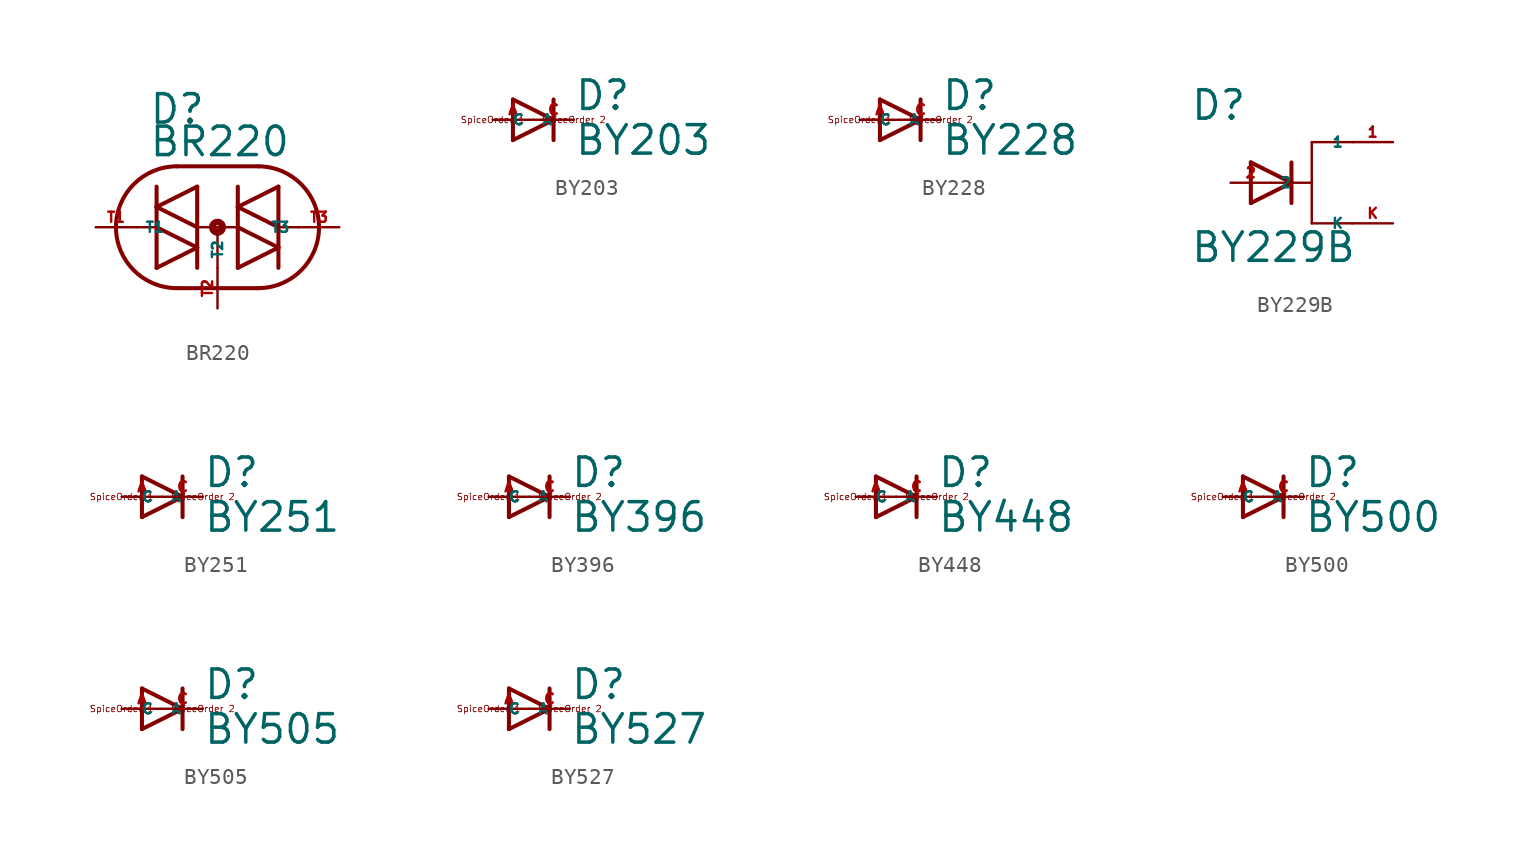
<source format=kicad_sym>
(kicad_symbol_lib
  (version 20220914)
  (generator Eagle2Kicad)
  (symbol "BR220"
    (property "Reference" "D"
      (at -4.318 6.35 0)
      (effects (font (size 1.778 1.778) (thickness 0.22)) (justify left bottom)))
    (property "Value" "BR220"
      (at -4.318 4.318 0)
      (effects (font (size 1.778 1.778) (thickness 0.22)) (justify left bottom)))
    (polyline
      (pts (xy -3.81 -2.54) (xy -1.27 -1.27))
      (stroke (width 0.254) (type default))
      (fill (type none)))
    (polyline
      (pts (xy -1.27 -1.27) (xy -3.81 0))
      (stroke (width 0.254) (type default))
      (fill (type none)))
    (polyline
      (pts (xy -1.27 0) (xy -1.27 -1.27))
      (stroke (width 0.254) (type default))
      (fill (type none)))
    (polyline
      (pts (xy -3.81 0) (xy -3.81 -2.54))
      (stroke (width 0.254) (type default))
      (fill (type none)))
    (polyline
      (pts (xy -1.27 -1.27) (xy -1.27 -2.54))
      (stroke (width 0.254) (type default))
      (fill (type none)))
    (polyline
      (pts (xy -3.81 2.54) (xy -3.81 1.27))
      (stroke (width 0.254) (type default))
      (fill (type none)))
    (polyline
      (pts (xy -3.81 1.27) (xy -3.81 0))
      (stroke (width 0.254) (type default))
      (fill (type none)))
    (polyline
      (pts (xy -1.27 0) (xy -3.81 1.27))
      (stroke (width 0.254) (type default))
      (fill (type none)))
    (polyline
      (pts (xy -3.81 1.27) (xy -1.27 2.54))
      (stroke (width 0.254) (type default))
      (fill (type none)))
    (polyline
      (pts (xy -1.27 2.54) (xy -1.27 0))
      (stroke (width 0.254) (type default))
      (fill (type none)))
    (polyline
      (pts (xy -3.81 0) (xy -5.08 0))
      (stroke (width 0.152) (type default))
      (fill (type none)))
    (polyline
      (pts (xy 1.27 -2.54) (xy 3.81 -1.27))
      (stroke (width 0.254) (type default))
      (fill (type none)))
    (polyline
      (pts (xy 3.81 -1.27) (xy 1.27 0))
      (stroke (width 0.254) (type default))
      (fill (type none)))
    (polyline
      (pts (xy 3.81 0) (xy 3.81 -1.27))
      (stroke (width 0.254) (type default))
      (fill (type none)))
    (polyline
      (pts (xy 1.27 0) (xy 1.27 -2.54))
      (stroke (width 0.254) (type default))
      (fill (type none)))
    (polyline
      (pts (xy 3.81 -1.27) (xy 3.81 -2.54))
      (stroke (width 0.254) (type default))
      (fill (type none)))
    (polyline
      (pts (xy 1.27 2.54) (xy 1.27 1.27))
      (stroke (width 0.254) (type default))
      (fill (type none)))
    (polyline
      (pts (xy 1.27 1.27) (xy 1.27 0))
      (stroke (width 0.254) (type default))
      (fill (type none)))
    (polyline
      (pts (xy 3.81 0) (xy 1.27 1.27))
      (stroke (width 0.254) (type default))
      (fill (type none)))
    (polyline
      (pts (xy 1.27 1.27) (xy 3.81 2.54))
      (stroke (width 0.254) (type default))
      (fill (type none)))
    (polyline
      (pts (xy 3.81 2.54) (xy 3.81 0))
      (stroke (width 0.254) (type default))
      (fill (type none)))
    (polyline
      (pts (xy 5.08 0) (xy 3.81 0))
      (stroke (width 0.152) (type default))
      (fill (type none)))
    (polyline
      (pts (xy 1.27 0) (xy 0 0))
      (stroke (width 0.152) (type default))
      (fill (type none)))
    (polyline
      (pts (xy 2.54 3.81) (xy -2.54 3.81))
      (stroke (width 0.254) (type default))
      (fill (type none)))
    (polyline
      (pts (xy -2.54 -3.81) (xy 2.54 -3.81))
      (stroke (width 0.254) (type default))
      (fill (type none)))
    (arc
      (start -2.54 3.81)
      (mid -6.350 0.000)
      (end -2.54 -3.81)
      (stroke (width 0.254) (type default))
      (fill (type none)))
    (arc
      (start 2.54 -3.81)
      (mid 6.350 0.000)
      (end 2.54 3.81)
      (stroke (width 0.254) (type default))
      (fill (type none)))
    (polyline
      (pts (xy 0 -2.54) (xy 0 0))
      (stroke (width 0.152) (type default))
      (fill (type none)))
    (polyline
      (pts (xy 0 0) (xy -1.27 0))
      (stroke (width 0.152) (type default))
      (fill (type none)))
    (circle
      (center 0 0)
      (radius 0.127)
      (stroke (width 0.406) (type default))
      (fill (type none)))
    (pin passive line
      (at -7.62 0 0)
      (length 2.54)
      (name "T1" (effects (font (size 0.635 0.635) (thickness 0.08)) (justify left bottom)))
      (number "T1" (effects (font (size 0.635 0.635) (thickness 0.08)) (justify left bottom))))
    (pin passive line
      (at 0 -5.08 90)
      (length 2.54)
      (name "T2" (effects (font (size 0.635 0.635) (thickness 0.08)) (justify left bottom)))
      (number "T2" (effects (font (size 0.635 0.635) (thickness 0.08)) (justify left bottom))))
    (pin passive line
      (at 7.62 0 180)
      (length 2.54)
      (name "T3" (effects (font (size 0.635 0.635) (thickness 0.08)) (justify left bottom)))
      (number "T3" (effects (font (size 0.635 0.635) (thickness 0.08)) (justify left bottom)))))
  (symbol "BY203"
    (property "Reference" "D"
      (at 2.54 0.483 0)
      (effects (font (size 1.778 1.778) (thickness 0.22)) (justify left bottom)))
    (property "Value" "BY203"
      (at 2.54 -2.311 0)
      (effects (font (size 1.778 1.778) (thickness 0.22)) (justify left bottom)))
    (polyline
      (pts (xy -1.27 -1.27) (xy 1.27 0))
      (stroke (width 0.254) (type default))
      (fill (type none)))
    (polyline
      (pts (xy 1.27 0) (xy -1.27 1.27))
      (stroke (width 0.254) (type default))
      (fill (type none)))
    (polyline
      (pts (xy 1.27 1.27) (xy 1.27 0))
      (stroke (width 0.254) (type default))
      (fill (type none)))
    (polyline
      (pts (xy -1.27 1.27) (xy -1.27 -1.27))
      (stroke (width 0.254) (type default))
      (fill (type none)))
    (polyline
      (pts (xy 1.27 0) (xy 1.27 -1.27))
      (stroke (width 0.254) (type default))
      (fill (type none)))
    (text "SpiceOrder 1"
      (at -2.54 0 0)
      (effects (font (size 0.406 0.406) (thickness 0.05))))
    (text "SpiceOrder 2"
      (at 2.54 0 0)
      (effects (font (size 0.406 0.406) (thickness 0.05))))
    (pin passive line
      (at -2.54 0 0)
      (length 2.54)
      (name "A" (effects (font (size 0.635 0.635) (thickness 0.08)) (justify left bottom)))
      (number "A" (effects (font (size 0.635 0.635) (thickness 0.08)) (justify left bottom))))
    (pin passive line
      (at 2.54 0 180)
      (length 2.54)
      (name "C" (effects (font (size 0.635 0.635) (thickness 0.08)) (justify left bottom)))
      (number "C" (effects (font (size 0.635 0.635) (thickness 0.08)) (justify left bottom)))))
  (symbol "BY228"
    (property "Reference" "D"
      (at 2.54 0.483 0)
      (effects (font (size 1.778 1.778) (thickness 0.22)) (justify left bottom)))
    (property "Value" "BY228"
      (at 2.54 -2.311 0)
      (effects (font (size 1.778 1.778) (thickness 0.22)) (justify left bottom)))
    (polyline
      (pts (xy -1.27 -1.27) (xy 1.27 0))
      (stroke (width 0.254) (type default))
      (fill (type none)))
    (polyline
      (pts (xy 1.27 0) (xy -1.27 1.27))
      (stroke (width 0.254) (type default))
      (fill (type none)))
    (polyline
      (pts (xy 1.27 1.27) (xy 1.27 0))
      (stroke (width 0.254) (type default))
      (fill (type none)))
    (polyline
      (pts (xy -1.27 1.27) (xy -1.27 -1.27))
      (stroke (width 0.254) (type default))
      (fill (type none)))
    (polyline
      (pts (xy 1.27 0) (xy 1.27 -1.27))
      (stroke (width 0.254) (type default))
      (fill (type none)))
    (text "SpiceOrder 1"
      (at -2.54 0 0)
      (effects (font (size 0.406 0.406) (thickness 0.05))))
    (text "SpiceOrder 2"
      (at 2.54 0 0)
      (effects (font (size 0.406 0.406) (thickness 0.05))))
    (pin passive line
      (at -2.54 0 0)
      (length 2.54)
      (name "A" (effects (font (size 0.635 0.635) (thickness 0.08)) (justify left bottom)))
      (number "A" (effects (font (size 0.635 0.635) (thickness 0.08)) (justify left bottom))))
    (pin passive line
      (at 2.54 0 180)
      (length 2.54)
      (name "C" (effects (font (size 0.635 0.635) (thickness 0.08)) (justify left bottom)))
      (number "C" (effects (font (size 0.635 0.635) (thickness 0.08)) (justify left bottom)))))
  (symbol "BY229B"
    (property "Reference" "D"
      (at -7.62 3.81 0)
      (effects (font (size 1.778 1.778) (thickness 0.22)) (justify left bottom)))
    (property "Value" "BY229B"
      (at -7.62 -5.08 0)
      (effects (font (size 1.778 1.778) (thickness 0.22)) (justify left bottom)))
    (polyline
      (pts (xy -3.81 -1.27) (xy -1.27 0))
      (stroke (width 0.254) (type default))
      (fill (type none)))
    (polyline
      (pts (xy -1.27 0) (xy -3.81 1.27))
      (stroke (width 0.254) (type default))
      (fill (type none)))
    (polyline
      (pts (xy -1.27 1.27) (xy -1.27 0))
      (stroke (width 0.254) (type default))
      (fill (type none)))
    (polyline
      (pts (xy -3.81 1.27) (xy -3.81 -1.27))
      (stroke (width 0.254) (type default))
      (fill (type none)))
    (polyline
      (pts (xy -1.27 0) (xy -1.27 -1.27))
      (stroke (width 0.254) (type default))
      (fill (type none)))
    (polyline
      (pts (xy -2.54 0) (xy 0 0))
      (stroke (width 0.152) (type default))
      (fill (type none)))
    (polyline
      (pts (xy 0 0) (xy 0 2.54))
      (stroke (width 0.152) (type default))
      (fill (type none)))
    (polyline
      (pts (xy 0 2.54) (xy 2.54 2.54))
      (stroke (width 0.152) (type default))
      (fill (type none)))
    (polyline
      (pts (xy 0 0) (xy 0 -2.54))
      (stroke (width 0.152) (type default))
      (fill (type none)))
    (polyline
      (pts (xy 0 -2.54) (xy 2.54 -2.54))
      (stroke (width 0.152) (type default))
      (fill (type none)))
    (pin passive line
      (at -5.08 0 0)
      (length 2.54)
      (name "2" (effects (font (size 0.635 0.635) (thickness 0.08)) (justify left bottom)))
      (number "2" (effects (font (size 0.635 0.635) (thickness 0.08)) (justify left bottom))))
    (pin passive line
      (at 5.08 -2.54 180)
      (length 2.54)
      (name "K" (effects (font (size 0.635 0.635) (thickness 0.08)) (justify left bottom)))
      (number "K" (effects (font (size 0.635 0.635) (thickness 0.08)) (justify left bottom))))
    (pin passive line
      (at 5.08 2.54 180)
      (length 2.54)
      (name "1" (effects (font (size 0.635 0.635) (thickness 0.08)) (justify left bottom)))
      (number "1" (effects (font (size 0.635 0.635) (thickness 0.08)) (justify left bottom)))))
  (symbol "BY251"
    (property "Reference" "D"
      (at 2.54 0.483 0)
      (effects (font (size 1.778 1.778) (thickness 0.22)) (justify left bottom)))
    (property "Value" "BY251"
      (at 2.54 -2.311 0)
      (effects (font (size 1.778 1.778) (thickness 0.22)) (justify left bottom)))
    (polyline
      (pts (xy -1.27 -1.27) (xy 1.27 0))
      (stroke (width 0.254) (type default))
      (fill (type none)))
    (polyline
      (pts (xy 1.27 0) (xy -1.27 1.27))
      (stroke (width 0.254) (type default))
      (fill (type none)))
    (polyline
      (pts (xy 1.27 1.27) (xy 1.27 0))
      (stroke (width 0.254) (type default))
      (fill (type none)))
    (polyline
      (pts (xy -1.27 1.27) (xy -1.27 -1.27))
      (stroke (width 0.254) (type default))
      (fill (type none)))
    (polyline
      (pts (xy 1.27 0) (xy 1.27 -1.27))
      (stroke (width 0.254) (type default))
      (fill (type none)))
    (text "SpiceOrder 1"
      (at -2.54 0 0)
      (effects (font (size 0.406 0.406) (thickness 0.05))))
    (text "SpiceOrder 2"
      (at 2.54 0 0)
      (effects (font (size 0.406 0.406) (thickness 0.05))))
    (pin passive line
      (at -2.54 0 0)
      (length 2.54)
      (name "A" (effects (font (size 0.635 0.635) (thickness 0.08)) (justify left bottom)))
      (number "A" (effects (font (size 0.635 0.635) (thickness 0.08)) (justify left bottom))))
    (pin passive line
      (at 2.54 0 180)
      (length 2.54)
      (name "C" (effects (font (size 0.635 0.635) (thickness 0.08)) (justify left bottom)))
      (number "C" (effects (font (size 0.635 0.635) (thickness 0.08)) (justify left bottom)))))
  (symbol "BY396"
    (property "Reference" "D"
      (at 2.54 0.483 0)
      (effects (font (size 1.778 1.778) (thickness 0.22)) (justify left bottom)))
    (property "Value" "BY396"
      (at 2.54 -2.311 0)
      (effects (font (size 1.778 1.778) (thickness 0.22)) (justify left bottom)))
    (polyline
      (pts (xy -1.27 -1.27) (xy 1.27 0))
      (stroke (width 0.254) (type default))
      (fill (type none)))
    (polyline
      (pts (xy 1.27 0) (xy -1.27 1.27))
      (stroke (width 0.254) (type default))
      (fill (type none)))
    (polyline
      (pts (xy 1.27 1.27) (xy 1.27 0))
      (stroke (width 0.254) (type default))
      (fill (type none)))
    (polyline
      (pts (xy -1.27 1.27) (xy -1.27 -1.27))
      (stroke (width 0.254) (type default))
      (fill (type none)))
    (polyline
      (pts (xy 1.27 0) (xy 1.27 -1.27))
      (stroke (width 0.254) (type default))
      (fill (type none)))
    (text "SpiceOrder 1"
      (at -2.54 0 0)
      (effects (font (size 0.406 0.406) (thickness 0.05))))
    (text "SpiceOrder 2"
      (at 2.54 0 0)
      (effects (font (size 0.406 0.406) (thickness 0.05))))
    (pin passive line
      (at -2.54 0 0)
      (length 2.54)
      (name "A" (effects (font (size 0.635 0.635) (thickness 0.08)) (justify left bottom)))
      (number "A" (effects (font (size 0.635 0.635) (thickness 0.08)) (justify left bottom))))
    (pin passive line
      (at 2.54 0 180)
      (length 2.54)
      (name "C" (effects (font (size 0.635 0.635) (thickness 0.08)) (justify left bottom)))
      (number "C" (effects (font (size 0.635 0.635) (thickness 0.08)) (justify left bottom)))))
  (symbol "BY448"
    (property "Reference" "D"
      (at 2.54 0.483 0)
      (effects (font (size 1.778 1.778) (thickness 0.22)) (justify left bottom)))
    (property "Value" "BY448"
      (at 2.54 -2.311 0)
      (effects (font (size 1.778 1.778) (thickness 0.22)) (justify left bottom)))
    (polyline
      (pts (xy -1.27 -1.27) (xy 1.27 0))
      (stroke (width 0.254) (type default))
      (fill (type none)))
    (polyline
      (pts (xy 1.27 0) (xy -1.27 1.27))
      (stroke (width 0.254) (type default))
      (fill (type none)))
    (polyline
      (pts (xy 1.27 1.27) (xy 1.27 0))
      (stroke (width 0.254) (type default))
      (fill (type none)))
    (polyline
      (pts (xy -1.27 1.27) (xy -1.27 -1.27))
      (stroke (width 0.254) (type default))
      (fill (type none)))
    (polyline
      (pts (xy 1.27 0) (xy 1.27 -1.27))
      (stroke (width 0.254) (type default))
      (fill (type none)))
    (text "SpiceOrder 1"
      (at -2.54 0 0)
      (effects (font (size 0.406 0.406) (thickness 0.05))))
    (text "SpiceOrder 2"
      (at 2.54 0 0)
      (effects (font (size 0.406 0.406) (thickness 0.05))))
    (pin passive line
      (at -2.54 0 0)
      (length 2.54)
      (name "A" (effects (font (size 0.635 0.635) (thickness 0.08)) (justify left bottom)))
      (number "A" (effects (font (size 0.635 0.635) (thickness 0.08)) (justify left bottom))))
    (pin passive line
      (at 2.54 0 180)
      (length 2.54)
      (name "C" (effects (font (size 0.635 0.635) (thickness 0.08)) (justify left bottom)))
      (number "C" (effects (font (size 0.635 0.635) (thickness 0.08)) (justify left bottom)))))
  (symbol "BY500"
    (property "Reference" "D"
      (at 2.54 0.483 0)
      (effects (font (size 1.778 1.778) (thickness 0.22)) (justify left bottom)))
    (property "Value" "BY500"
      (at 2.54 -2.311 0)
      (effects (font (size 1.778 1.778) (thickness 0.22)) (justify left bottom)))
    (polyline
      (pts (xy -1.27 -1.27) (xy 1.27 0))
      (stroke (width 0.254) (type default))
      (fill (type none)))
    (polyline
      (pts (xy 1.27 0) (xy -1.27 1.27))
      (stroke (width 0.254) (type default))
      (fill (type none)))
    (polyline
      (pts (xy 1.27 1.27) (xy 1.27 0))
      (stroke (width 0.254) (type default))
      (fill (type none)))
    (polyline
      (pts (xy -1.27 1.27) (xy -1.27 -1.27))
      (stroke (width 0.254) (type default))
      (fill (type none)))
    (polyline
      (pts (xy 1.27 0) (xy 1.27 -1.27))
      (stroke (width 0.254) (type default))
      (fill (type none)))
    (text "SpiceOrder 1"
      (at -2.54 0 0)
      (effects (font (size 0.406 0.406) (thickness 0.05))))
    (text "SpiceOrder 2"
      (at 2.54 0 0)
      (effects (font (size 0.406 0.406) (thickness 0.05))))
    (pin passive line
      (at -2.54 0 0)
      (length 2.54)
      (name "A" (effects (font (size 0.635 0.635) (thickness 0.08)) (justify left bottom)))
      (number "A" (effects (font (size 0.635 0.635) (thickness 0.08)) (justify left bottom))))
    (pin passive line
      (at 2.54 0 180)
      (length 2.54)
      (name "C" (effects (font (size 0.635 0.635) (thickness 0.08)) (justify left bottom)))
      (number "C" (effects (font (size 0.635 0.635) (thickness 0.08)) (justify left bottom)))))
  (symbol "BY505"
    (property "Reference" "D"
      (at 2.54 0.483 0)
      (effects (font (size 1.778 1.778) (thickness 0.22)) (justify left bottom)))
    (property "Value" "BY505"
      (at 2.54 -2.311 0)
      (effects (font (size 1.778 1.778) (thickness 0.22)) (justify left bottom)))
    (polyline
      (pts (xy -1.27 -1.27) (xy 1.27 0))
      (stroke (width 0.254) (type default))
      (fill (type none)))
    (polyline
      (pts (xy 1.27 0) (xy -1.27 1.27))
      (stroke (width 0.254) (type default))
      (fill (type none)))
    (polyline
      (pts (xy 1.27 1.27) (xy 1.27 0))
      (stroke (width 0.254) (type default))
      (fill (type none)))
    (polyline
      (pts (xy -1.27 1.27) (xy -1.27 -1.27))
      (stroke (width 0.254) (type default))
      (fill (type none)))
    (polyline
      (pts (xy 1.27 0) (xy 1.27 -1.27))
      (stroke (width 0.254) (type default))
      (fill (type none)))
    (text "SpiceOrder 1"
      (at -2.54 0 0)
      (effects (font (size 0.406 0.406) (thickness 0.05))))
    (text "SpiceOrder 2"
      (at 2.54 0 0)
      (effects (font (size 0.406 0.406) (thickness 0.05))))
    (pin passive line
      (at -2.54 0 0)
      (length 2.54)
      (name "A" (effects (font (size 0.635 0.635) (thickness 0.08)) (justify left bottom)))
      (number "A" (effects (font (size 0.635 0.635) (thickness 0.08)) (justify left bottom))))
    (pin passive line
      (at 2.54 0 180)
      (length 2.54)
      (name "C" (effects (font (size 0.635 0.635) (thickness 0.08)) (justify left bottom)))
      (number "C" (effects (font (size 0.635 0.635) (thickness 0.08)) (justify left bottom)))))
  (symbol "BY527"
    (property "Reference" "D"
      (at 2.54 0.483 0)
      (effects (font (size 1.778 1.778) (thickness 0.22)) (justify left bottom)))
    (property "Value" "BY527"
      (at 2.54 -2.311 0)
      (effects (font (size 1.778 1.778) (thickness 0.22)) (justify left bottom)))
    (polyline
      (pts (xy -1.27 -1.27) (xy 1.27 0))
      (stroke (width 0.254) (type default))
      (fill (type none)))
    (polyline
      (pts (xy 1.27 0) (xy -1.27 1.27))
      (stroke (width 0.254) (type default))
      (fill (type none)))
    (polyline
      (pts (xy 1.27 1.27) (xy 1.27 0))
      (stroke (width 0.254) (type default))
      (fill (type none)))
    (polyline
      (pts (xy -1.27 1.27) (xy -1.27 -1.27))
      (stroke (width 0.254) (type default))
      (fill (type none)))
    (polyline
      (pts (xy 1.27 0) (xy 1.27 -1.27))
      (stroke (width 0.254) (type default))
      (fill (type none)))
    (text "SpiceOrder 1"
      (at -2.54 0 0)
      (effects (font (size 0.406 0.406) (thickness 0.05))))
    (text "SpiceOrder 2"
      (at 2.54 0 0)
      (effects (font (size 0.406 0.406) (thickness 0.05))))
    (pin passive line
      (at -2.54 0 0)
      (length 2.54)
      (name "A" (effects (font (size 0.635 0.635) (thickness 0.08)) (justify left bottom)))
      (number "A" (effects (font (size 0.635 0.635) (thickness 0.08)) (justify left bottom))))
    (pin passive line
      (at 2.54 0 180)
      (length 2.54)
      (name "C" (effects (font (size 0.635 0.635) (thickness 0.08)) (justify left bottom)))
      (number "C" (effects (font (size 0.635 0.635) (thickness 0.08)) (justify left bottom))))))
</source>
